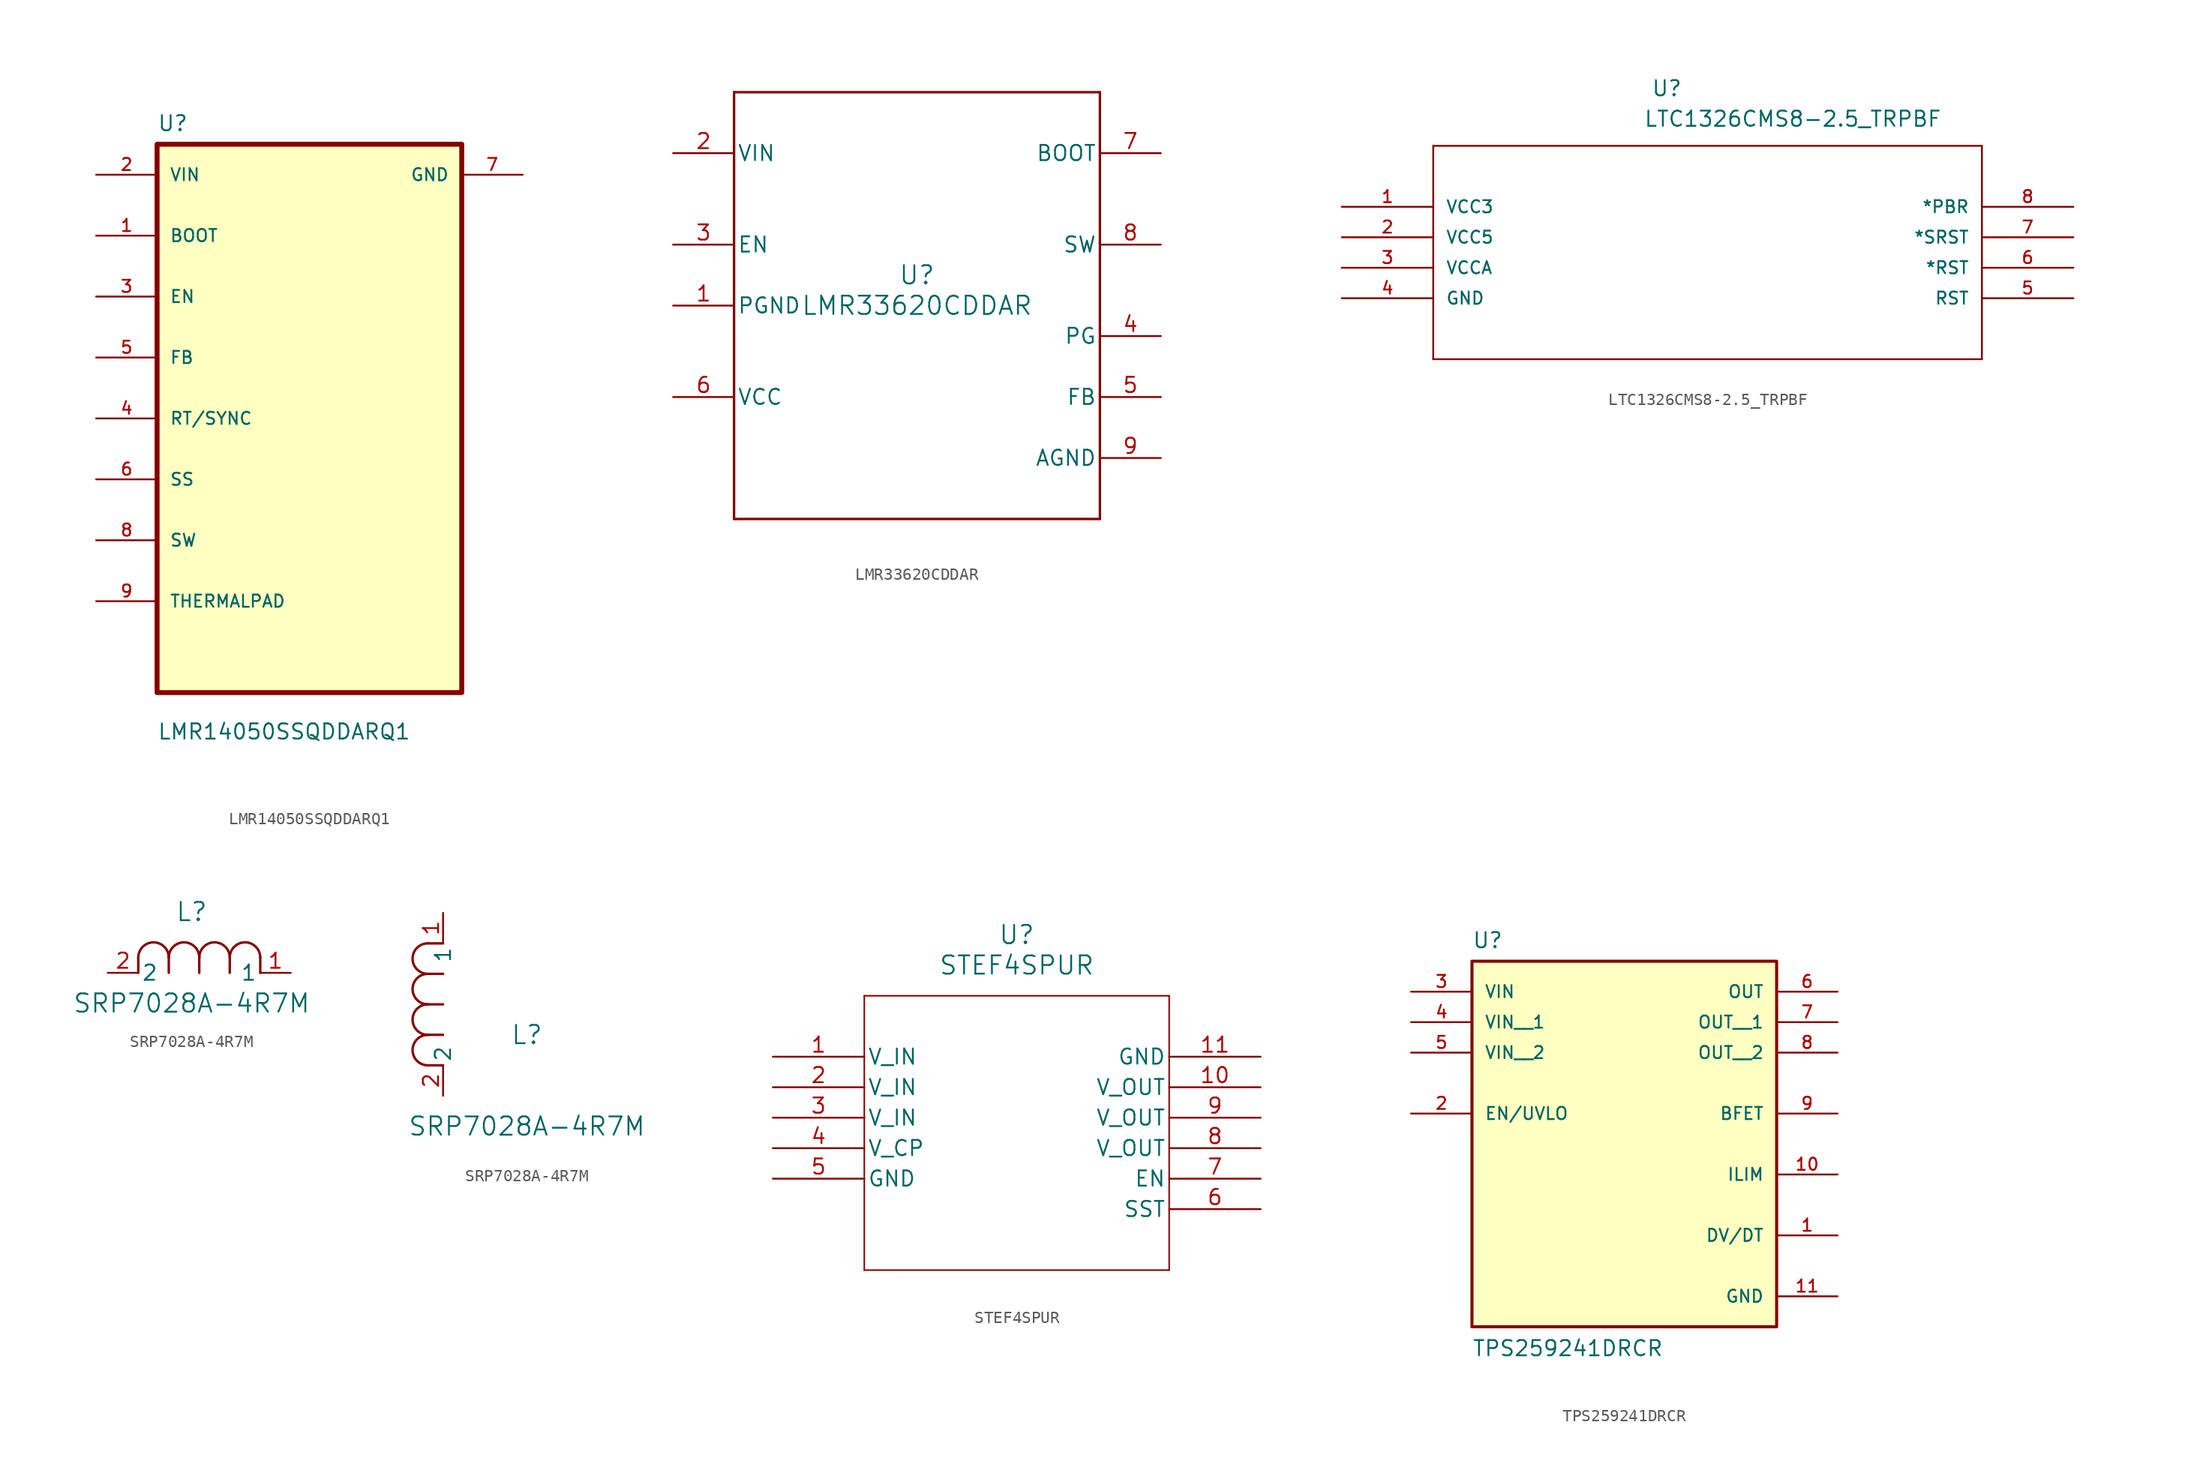
<source format=kicad_sym>
(kicad_symbol_lib
  (version 20241209)
  (generator "kicad_symbol_editor")
  (generator_version "9.0")
  (symbol "LMR14050SSQDDARQ1"
    (pin_names
      (offset 1.016))
    (property "Reference" "U"
      (at -12.7 23.86 0)
      (effects (font (size 1.27 1.27)) (justify left bottom)))
    (property "Value" "LMR14050SSQDDARQ1"
      (at -12.7 -26.86 0)
      (effects (font (size 1.27 1.27)) (justify left bottom)))
    (symbol "LMR14050SSQDDARQ1_0_0"
      (rectangle (start -12.7 -22.86) (end 12.7 22.86) (stroke (width 0.41) (type default)) (fill (type background)))
      (pin input line (at -17.78 20.32 0) (length 5.08) (name "VIN" (effects (font (size 1.016 1.016)))) (number "2" (effects (font (size 1.016 1.016)))))
      (pin bidirectional line (at -17.78 15.24 0) (length 5.08) (name "BOOT" (effects (font (size 1.016 1.016)))) (number "1" (effects (font (size 1.016 1.016)))))
      (pin bidirectional line (at -17.78 10.16 0) (length 5.08) (name "EN" (effects (font (size 1.016 1.016)))) (number "3" (effects (font (size 1.016 1.016)))))
      (pin bidirectional line (at -17.78 5.08 0) (length 5.08) (name "FB" (effects (font (size 1.016 1.016)))) (number "5" (effects (font (size 1.016 1.016)))))
      (pin bidirectional line (at -17.78 0 0) (length 5.08) (name "RT/SYNC" (effects (font (size 1.016 1.016)))) (number "4" (effects (font (size 1.016 1.016)))))
      (pin bidirectional line (at -17.78 -5.08 0) (length 5.08) (name "SS" (effects (font (size 1.016 1.016)))) (number "6" (effects (font (size 1.016 1.016)))))
      (pin bidirectional line (at -17.78 -10.16 0) (length 5.08) (name "SW" (effects (font (size 1.016 1.016)))) (number "8" (effects (font (size 1.016 1.016)))))
      (pin bidirectional line (at -17.78 -15.24 0) (length 5.08) (name "THERMALPAD" (effects (font (size 1.016 1.016)))) (number "9" (effects (font (size 1.016 1.016)))))
      (pin power_in line (at 17.78 20.32 180) (length 5.08) (name "GND" (effects (font (size 1.016 1.016)))) (number "7" (effects (font (size 1.016 1.016)))))))
  (symbol "LMR33620CDDAR"
    (pin_names
      (offset 0.254))
    (property "Reference" "U"
      (at 0 2.54 0)
      (effects (font (size 1.524 1.524))))
    (property "Value" "LMR33620CDDAR"
      (at 0 0 0)
      (effects (font (size 1.524 1.524))))
    (property "ki_locked" ""
      (at 0 0 0)
      (effects (font (size 1.27 1.27))))
    (symbol "LMR33620CDDAR_0_1"
      (polyline (pts (xy -15.24 17.78) (xy -15.24 -17.78)) (stroke (width 0.203) (type default)) (fill (type none)))
      (polyline (pts (xy -15.24 -17.78) (xy 15.24 -17.78)) (stroke (width 0.203) (type default)) (fill (type none)))
      (polyline (pts (xy 15.24 17.78) (xy -15.24 17.78)) (stroke (width 0.203) (type default)) (fill (type none)))
      (polyline (pts (xy 15.24 -17.78) (xy 15.24 17.78)) (stroke (width 0.203) (type default)) (fill (type none)))
      (pin power_in line (at -20.32 12.7 0) (length 5.08) (name "VIN" (effects (font (size 1.27 1.27)))) (number "2" (effects (font (size 1.27 1.27)))))
      (pin input line (at -20.32 5.08 0) (length 5.08) (name "EN" (effects (font (size 1.27 1.27)))) (number "3" (effects (font (size 1.27 1.27)))))
      (pin power_in line (at -20.32 0 0) (length 5.08) (name "PGND" (effects (font (size 1.27 1.27)))) (number "1" (effects (font (size 1.27 1.27)))))
      (pin power_in line (at -20.32 -7.62 0) (length 5.08) (name "VCC" (effects (font (size 1.27 1.27)))) (number "6" (effects (font (size 1.27 1.27)))))
      (pin power_in line (at 20.32 12.7 180) (length 5.08) (name "BOOT" (effects (font (size 1.27 1.27)))) (number "7" (effects (font (size 1.27 1.27)))))
      (pin power_in line (at 20.32 5.08 180) (length 5.08) (name "SW" (effects (font (size 1.27 1.27)))) (number "8" (effects (font (size 1.27 1.27)))))
      (pin open_collector line (at 20.32 -2.54 180) (length 5.08) (name "PG" (effects (font (size 1.27 1.27)))) (number "4" (effects (font (size 1.27 1.27)))))
      (pin input line (at 20.32 -7.62 180) (length 5.08) (name "FB" (effects (font (size 1.27 1.27)))) (number "5" (effects (font (size 1.27 1.27)))))
      (pin unspecified line (at 20.32 -12.7 180) (length 5.08) (name "AGND" (effects (font (size 1.27 1.27)))) (number "9" (effects (font (size 1.27 1.27)))))))
  (symbol "LTC1326CMS8-2.5_TRPBF"
    (pin_names
      (offset 1.016))
    (property "Reference" "U"
      (at 25.776 9.126 0)
      (effects (font (size 1.27 1.27)) (justify left bottom)))
    (property "Value" "LTC1326CMS8-2.5_TRPBF"
      (at 25.142 6.584 0)
      (effects (font (size 1.27 1.27)) (justify left bottom)))
    (symbol "LTC1326CMS8-2.5_TRPBF_0_0"
      (polyline (pts (xy 7.62 5.08) (xy 7.62 -12.7)) (stroke (width 0.152) (type default)) (fill (type none)))
      (polyline (pts (xy 7.62 -12.7) (xy 53.34 -12.7)) (stroke (width 0.152) (type default)) (fill (type none)))
      (polyline (pts (xy 53.34 5.08) (xy 7.62 5.08)) (stroke (width 0.152) (type default)) (fill (type none)))
      (polyline (pts (xy 53.34 -12.7) (xy 53.34 5.08)) (stroke (width 0.152) (type default)) (fill (type none)))
      (pin power_in line (at 0 0 0) (length 7.62) (name "VCC3" (effects (font (size 1.016 1.016)))) (number "1" (effects (font (size 1.016 1.016)))))
      (pin power_in line (at 0 -2.54 0) (length 7.62) (name "VCC5" (effects (font (size 1.016 1.016)))) (number "2" (effects (font (size 1.016 1.016)))))
      (pin power_in line (at 0 -5.08 0) (length 7.62) (name "VCCA" (effects (font (size 1.016 1.016)))) (number "3" (effects (font (size 1.016 1.016)))))
      (pin power_in line (at 0 -7.62 0) (length 7.62) (name "GND" (effects (font (size 1.016 1.016)))) (number "4" (effects (font (size 1.016 1.016)))))
      (pin input line (at 60.96 0 180) (length 7.62) (name "*PBR" (effects (font (size 1.016 1.016)))) (number "8" (effects (font (size 1.016 1.016)))))
      (pin output line (at 60.96 -2.54 180) (length 7.62) (name "*SRST" (effects (font (size 1.016 1.016)))) (number "7" (effects (font (size 1.016 1.016)))))
      (pin output line (at 60.96 -5.08 180) (length 7.62) (name "*RST" (effects (font (size 1.016 1.016)))) (number "6" (effects (font (size 1.016 1.016)))))
      (pin output line (at 60.96 -7.62 180) (length 7.62) (name "RST" (effects (font (size 1.016 1.016)))) (number "5" (effects (font (size 1.016 1.016)))))))
  (symbol "SRP7028A-4R7M"
    (pin_names
      (offset 0.254))
    (property "Reference" "L"
      (at 6.985 5.08 0)
      (effects (font (size 1.524 1.524))))
    (property "Value" "SRP7028A-4R7M"
      (at 6.985 -2.54 0)
      (effects (font (size 1.524 1.524))))
    (property "ki_locked" ""
      (at 0 0 0)
      (effects (font (size 1.27 1.27))))
    (symbol "SRP7028A-4R7M_1_1"
      (polyline (pts (xy 2.54 0) (xy 2.54 1.27)) (stroke (width 0.203) (type default)) (fill (type none)))
      (arc (start 2.54 1.27) (mid 3.81 2.5344) (end 5.08 1.27) (stroke (width 0.2032) (type default)) (fill (type none)))
      (polyline (pts (xy 5.08 0) (xy 5.08 1.27)) (stroke (width 0.203) (type default)) (fill (type none)))
      (arc (start 5.08 1.27) (mid 6.35 2.5344) (end 7.62 1.27) (stroke (width 0.2032) (type default)) (fill (type none)))
      (polyline (pts (xy 7.62 0) (xy 7.62 1.27)) (stroke (width 0.203) (type default)) (fill (type none)))
      (arc (start 7.62 1.27) (mid 8.89 2.5344) (end 10.16 1.27) (stroke (width 0.2032) (type default)) (fill (type none)))
      (polyline (pts (xy 10.16 0) (xy 10.16 1.27)) (stroke (width 0.203) (type default)) (fill (type none)))
      (arc (start 10.16 1.27) (mid 11.43 2.5344) (end 12.7 1.27) (stroke (width 0.2032) (type default)) (fill (type none)))
      (polyline (pts (xy 12.7 0) (xy 12.7 1.27)) (stroke (width 0.203) (type default)) (fill (type none)))
      (pin unspecified line (at 0 0 0) (length 2.54) (name "2" (effects (font (size 1.27 1.27)))) (number "2" (effects (font (size 1.27 1.27)))))
      (pin unspecified line (at 15.24 0 180) (length 2.54) (name "1" (effects (font (size 1.27 1.27)))) (number "1" (effects (font (size 1.27 1.27))))))
    (symbol "SRP7028A-4R7M_1_2"
      (arc (start -1.27 10.16) (mid -2.5344 11.43) (end -1.27 12.7) (stroke (width 0.2032) (type default)) (fill (type none)))
      (arc (start -1.27 7.62) (mid -2.5344 8.89) (end -1.27 10.16) (stroke (width 0.2032) (type default)) (fill (type none)))
      (arc (start -1.27 5.08) (mid -2.5344 6.35) (end -1.27 7.62) (stroke (width 0.2032) (type default)) (fill (type none)))
      (arc (start -1.27 2.54) (mid -2.5344 3.81) (end -1.27 5.08) (stroke (width 0.2032) (type default)) (fill (type none)))
      (polyline (pts (xy 0 12.7) (xy -1.27 12.7)) (stroke (width 0.203) (type default)) (fill (type none)))
      (polyline (pts (xy 0 10.16) (xy -1.27 10.16)) (stroke (width 0.203) (type default)) (fill (type none)))
      (polyline (pts (xy 0 7.62) (xy -1.27 7.62)) (stroke (width 0.203) (type default)) (fill (type none)))
      (polyline (pts (xy 0 5.08) (xy -1.27 5.08)) (stroke (width 0.203) (type default)) (fill (type none)))
      (polyline (pts (xy 0 2.54) (xy -1.27 2.54)) (stroke (width 0.203) (type default)) (fill (type none)))
      (pin unspecified line (at 0 15.24 270) (length 2.54) (name "1" (effects (font (size 1.27 1.27)))) (number "1" (effects (font (size 1.27 1.27)))))
      (pin unspecified line (at 0 0 90) (length 2.54) (name "2" (effects (font (size 1.27 1.27)))) (number "2" (effects (font (size 1.27 1.27)))))))
  (symbol "STEF4SPUR"
    (pin_names
      (offset 0.254))
    (property "Reference" "U"
      (at 20.32 10.16 0)
      (effects (font (size 1.524 1.524))))
    (property "Value" "STEF4SPUR"
      (at 20.32 7.62 0)
      (effects (font (size 1.524 1.524))))
    (property "ki_locked" ""
      (at 0 0 0)
      (effects (font (size 1.27 1.27))))
    (symbol "STEF4SPUR_0_1"
      (polyline (pts (xy 7.62 5.08) (xy 7.62 -17.78)) (stroke (width 0.127) (type default)) (fill (type none)))
      (polyline (pts (xy 7.62 -17.78) (xy 33.02 -17.78)) (stroke (width 0.127) (type default)) (fill (type none)))
      (polyline (pts (xy 33.02 5.08) (xy 7.62 5.08)) (stroke (width 0.127) (type default)) (fill (type none)))
      (polyline (pts (xy 33.02 -17.78) (xy 33.02 5.08)) (stroke (width 0.127) (type default)) (fill (type none)))
      (pin unspecified line (at 0 0 0) (length 7.62) (name "V_IN" (effects (font (size 1.27 1.27)))) (number "1" (effects (font (size 1.27 1.27)))))
      (pin unspecified line (at 0 -2.54 0) (length 7.62) (name "V_IN" (effects (font (size 1.27 1.27)))) (number "2" (effects (font (size 1.27 1.27)))))
      (pin unspecified line (at 0 -5.08 0) (length 7.62) (name "V_IN" (effects (font (size 1.27 1.27)))) (number "3" (effects (font (size 1.27 1.27)))))
      (pin unspecified line (at 0 -7.62 0) (length 7.62) (name "V_CP" (effects (font (size 1.27 1.27)))) (number "4" (effects (font (size 1.27 1.27)))))
      (pin power_out line (at 0 -10.16 0) (length 7.62) (name "GND" (effects (font (size 1.27 1.27)))) (number "5" (effects (font (size 1.27 1.27)))))
      (pin power_out line (at 40.64 0 180) (length 7.62) (name "GND" (effects (font (size 1.27 1.27)))) (number "11" (effects (font (size 1.27 1.27)))))
      (pin output line (at 40.64 -2.54 180) (length 7.62) (name "V_OUT" (effects (font (size 1.27 1.27)))) (number "10" (effects (font (size 1.27 1.27)))))
      (pin output line (at 40.64 -5.08 180) (length 7.62) (name "V_OUT" (effects (font (size 1.27 1.27)))) (number "9" (effects (font (size 1.27 1.27)))))
      (pin output line (at 40.64 -7.62 180) (length 7.62) (name "V_OUT" (effects (font (size 1.27 1.27)))) (number "8" (effects (font (size 1.27 1.27)))))
      (pin unspecified line (at 40.64 -10.16 180) (length 7.62) (name "EN" (effects (font (size 1.27 1.27)))) (number "7" (effects (font (size 1.27 1.27)))))
      (pin unspecified line (at 40.64 -12.7 180) (length 7.62) (name "SST" (effects (font (size 1.27 1.27)))) (number "6" (effects (font (size 1.27 1.27)))))))
  (symbol "TPS259241DRCR"
    (pin_names
      (offset 1.016))
    (property "Reference" "U"
      (at -12.7 13.7 0)
      (effects (font (size 1.27 1.27)) (justify left bottom)))
    (property "Value" "TPS259241DRCR"
      (at -12.7 -20.32 0)
      (effects (font (size 1.27 1.27)) (justify left bottom)))
    (symbol "TPS259241DRCR_0_0"
      (rectangle (start -12.7 -17.78) (end 12.7 12.7) (stroke (width 0.254) (type default)) (fill (type background)))
      (pin input line (at -17.78 10.16 0) (length 5.08) (name "VIN" (effects (font (size 1.016 1.016)))) (number "3" (effects (font (size 1.016 1.016)))))
      (pin input line (at -17.78 7.62 0) (length 5.08) (name "VIN__1" (effects (font (size 1.016 1.016)))) (number "4" (effects (font (size 1.016 1.016)))))
      (pin input line (at -17.78 5.08 0) (length 5.08) (name "VIN__2" (effects (font (size 1.016 1.016)))) (number "5" (effects (font (size 1.016 1.016)))))
      (pin input line (at -17.78 0 0) (length 5.08) (name "EN/UVLO" (effects (font (size 1.016 1.016)))) (number "2" (effects (font (size 1.016 1.016)))))
      (pin output line (at 17.78 10.16 180) (length 5.08) (name "OUT" (effects (font (size 1.016 1.016)))) (number "6" (effects (font (size 1.016 1.016)))))
      (pin output line (at 17.78 7.62 180) (length 5.08) (name "OUT__1" (effects (font (size 1.016 1.016)))) (number "7" (effects (font (size 1.016 1.016)))))
      (pin output line (at 17.78 5.08 180) (length 5.08) (name "OUT__2" (effects (font (size 1.016 1.016)))) (number "8" (effects (font (size 1.016 1.016)))))
      (pin output line (at 17.78 0 180) (length 5.08) (name "BFET" (effects (font (size 1.016 1.016)))) (number "9" (effects (font (size 1.016 1.016)))))
      (pin passive line (at 17.78 -5.08 180) (length 5.08) (name "ILIM" (effects (font (size 1.016 1.016)))) (number "10" (effects (font (size 1.016 1.016)))))
      (pin output line (at 17.78 -10.16 180) (length 5.08) (name "DV/DT" (effects (font (size 1.016 1.016)))) (number "1" (effects (font (size 1.016 1.016)))))
      (pin power_in line (at 17.78 -15.24 180) (length 5.08) (name "GND" (effects (font (size 1.016 1.016)))) (number "11" (effects (font (size 1.016 1.016))))))))
</source>
